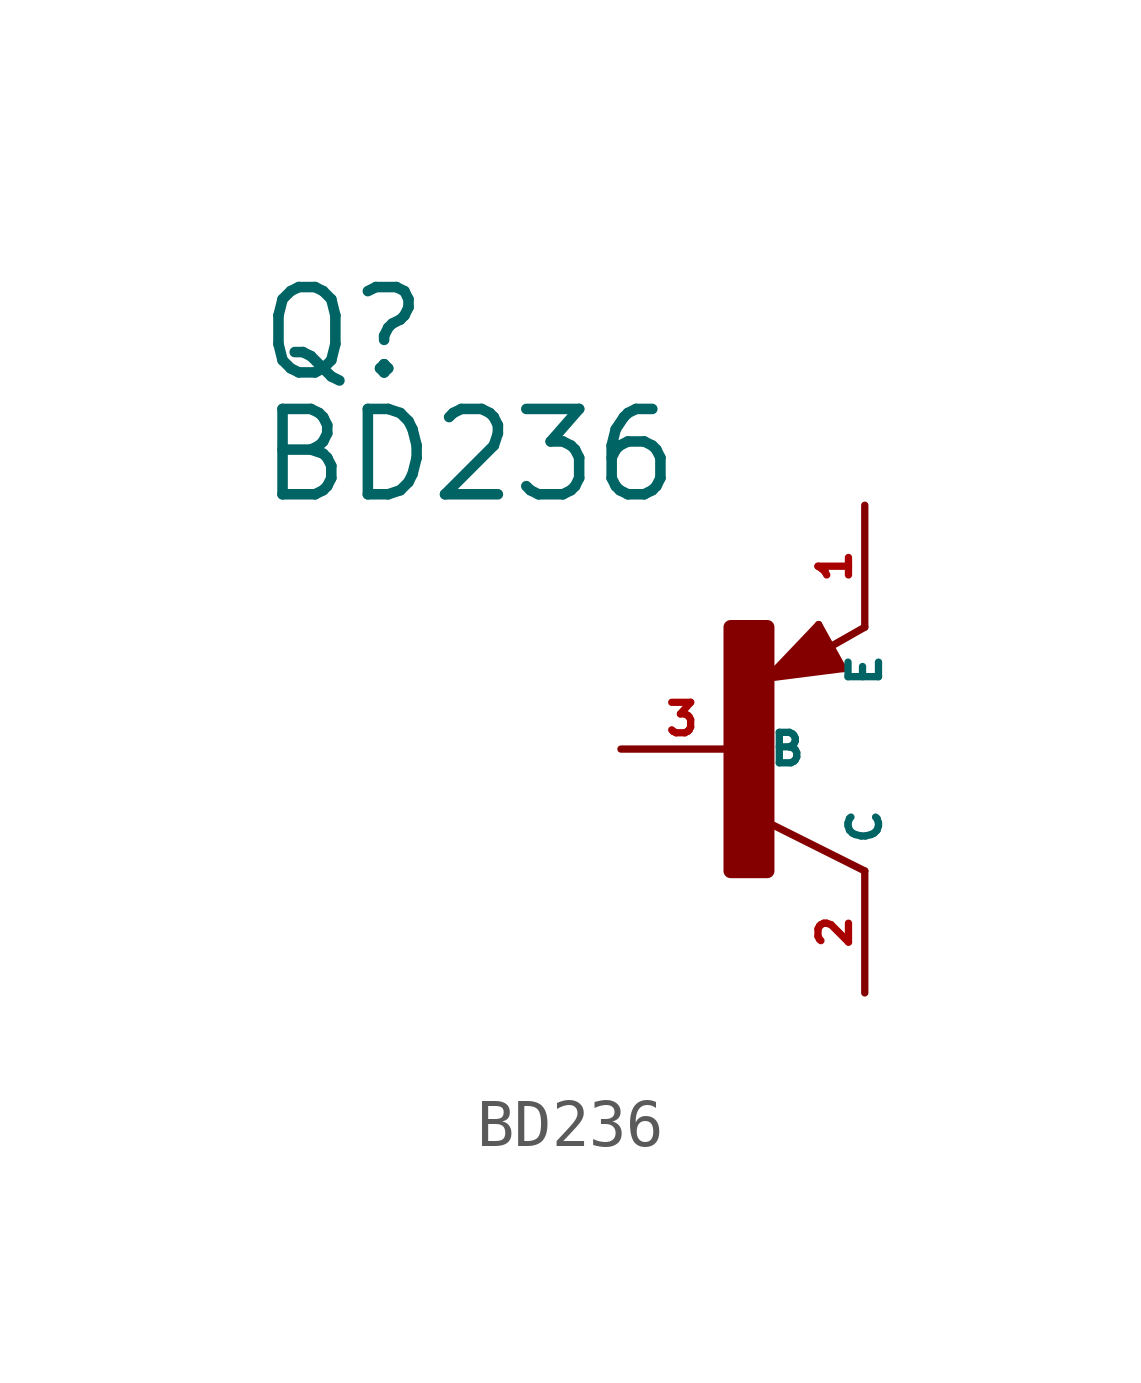
<source format=kicad_sym>
(kicad_symbol_lib
  (version 20220914)
  (generator Eagle2Kicad)
  (symbol "BD236"
    (property "Reference" "Q"
      (at -10.16 7.62 0)
      (effects (font (size 1.778 1.778) (thickness 0.22)) (justify left bottom)))
    (property "Value" "BD236"
      (at -10.16 5.08 0)
      (effects (font (size 1.778 1.778) (thickness 0.22)) (justify left bottom)))
    (polyline
      (pts (xy 2.086 1.678) (xy 1.578 2.594))
      (stroke (width 0.152) (type default))
      (fill (type none)))
    (polyline
      (pts (xy 1.578 2.594) (xy 0.516 1.478))
      (stroke (width 0.152) (type default))
      (fill (type none)))
    (polyline
      (pts (xy 0.516 1.478) (xy 2.086 1.678))
      (stroke (width 0.152) (type default))
      (fill (type none)))
    (polyline
      (pts (xy 2.54 2.54) (xy 1.808 2.124))
      (stroke (width 0.152) (type default))
      (fill (type none)))
    (polyline
      (pts (xy 2.54 -2.54) (xy 0.508 -1.524))
      (stroke (width 0.152) (type default))
      (fill (type none)))
    (polyline
      (pts (xy 1.905 1.778) (xy 1.524 2.413))
      (stroke (width 0.254) (type default))
      (fill (type none)))
    (polyline
      (pts (xy 1.524 2.413) (xy 0.762 1.651))
      (stroke (width 0.254) (type default))
      (fill (type none)))
    (polyline
      (pts (xy 0.762 1.651) (xy 1.778 1.778))
      (stroke (width 0.254) (type default))
      (fill (type none)))
    (polyline
      (pts (xy 1.778 1.778) (xy 1.524 2.159))
      (stroke (width 0.254) (type default))
      (fill (type none)))
    (polyline
      (pts (xy 1.524 2.159) (xy 1.143 1.905))
      (stroke (width 0.254) (type default))
      (fill (type none)))
    (polyline
      (pts (xy 1.143 1.905) (xy 1.524 1.905))
      (stroke (width 0.254) (type default))
      (fill (type none)))
    (rectangle
      (start -0.254 -2.54)
      (end 0.508 2.54)
      (stroke (width 0.3) (type default))
      (fill (type outline)))
    (pin passive line
      (at -2.54 0 0)
      (length 2.54)
      (name "B" (effects (font (size 0.635 0.635) (thickness 0.08)) (justify left bottom)))
      (number "3" (effects (font (size 0.635 0.635) (thickness 0.08)) (justify left bottom))))
    (pin passive line
      (at 2.54 5.08 270)
      (length 2.54)
      (name "E" (effects (font (size 0.635 0.635) (thickness 0.08)) (justify left bottom)))
      (number "1" (effects (font (size 0.635 0.635) (thickness 0.08)) (justify left bottom))))
    (pin passive line
      (at 2.54 -5.08 90)
      (length 2.54)
      (name "C" (effects (font (size 0.635 0.635) (thickness 0.08)) (justify left bottom)))
      (number "2" (effects (font (size 0.635 0.635) (thickness 0.08)) (justify left bottom))))))
</source>
